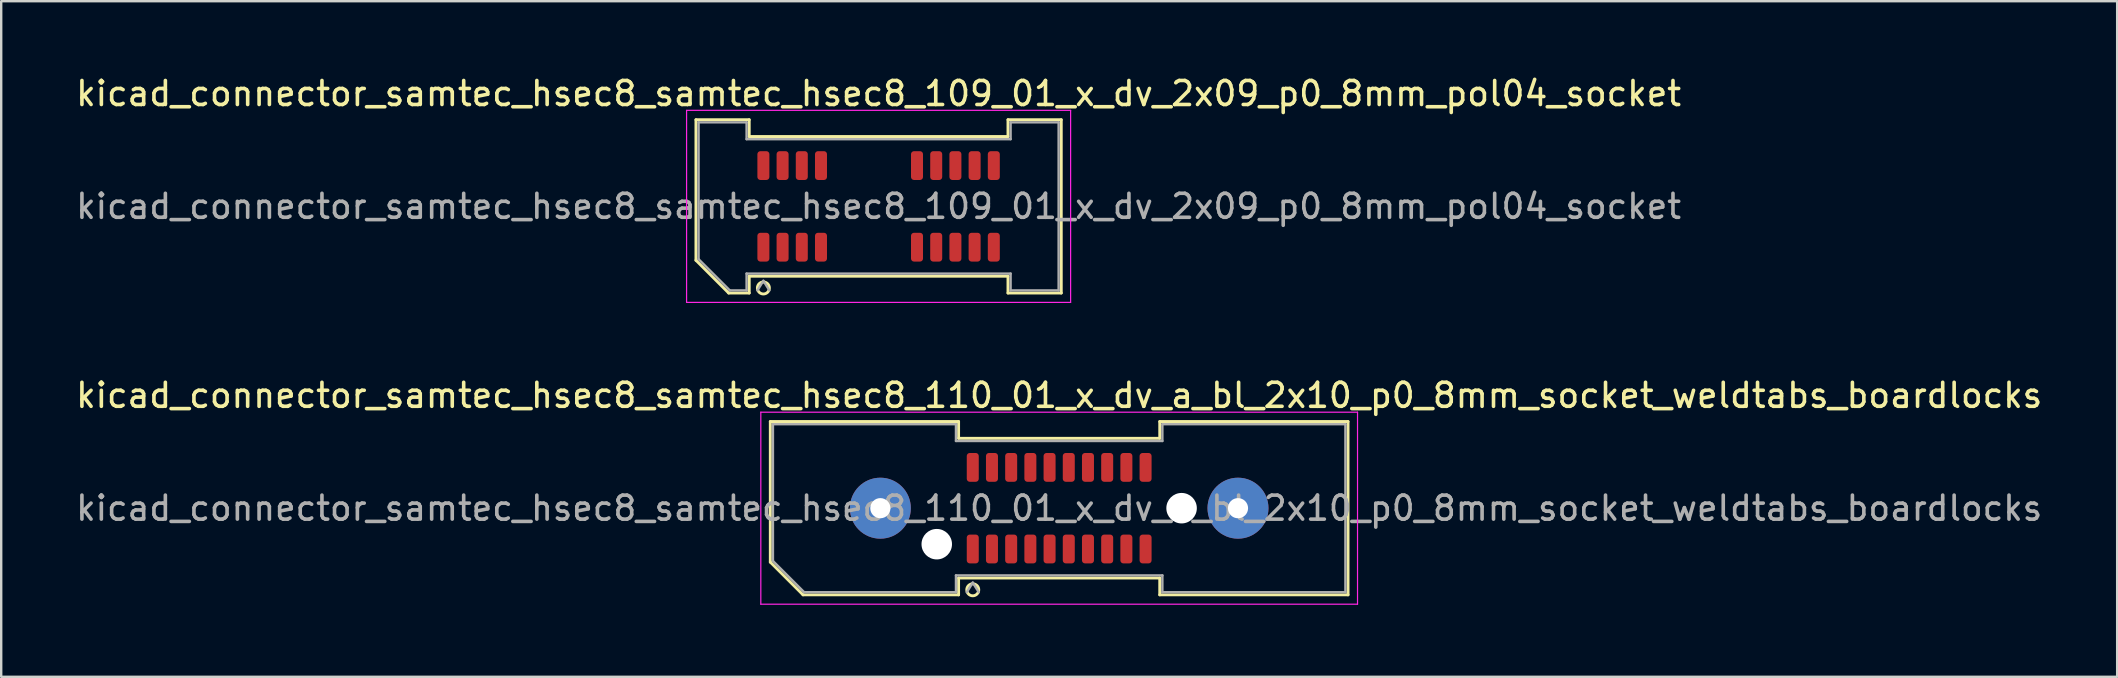
<source format=kicad_pcb>
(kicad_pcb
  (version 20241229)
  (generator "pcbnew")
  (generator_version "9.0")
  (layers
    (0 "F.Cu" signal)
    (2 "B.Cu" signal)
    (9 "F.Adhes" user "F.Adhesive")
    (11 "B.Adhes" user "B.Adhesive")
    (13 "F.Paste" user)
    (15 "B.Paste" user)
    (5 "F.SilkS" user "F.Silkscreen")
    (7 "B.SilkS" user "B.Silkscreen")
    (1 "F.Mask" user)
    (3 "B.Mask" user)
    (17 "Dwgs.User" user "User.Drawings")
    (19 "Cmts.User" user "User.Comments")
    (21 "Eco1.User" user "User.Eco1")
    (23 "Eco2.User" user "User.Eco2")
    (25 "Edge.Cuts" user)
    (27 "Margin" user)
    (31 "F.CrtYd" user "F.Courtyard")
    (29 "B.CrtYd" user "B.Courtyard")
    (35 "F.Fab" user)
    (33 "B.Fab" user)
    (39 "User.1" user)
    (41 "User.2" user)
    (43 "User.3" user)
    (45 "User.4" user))
  (footprint "kicad_connector_samtec_hsec8_samtec_hsec8_109_01_x_dv_2x09_p0_8mm_pol04_socket"
    (layer "F.Cu")
    (at 33.554 5.548)
    (property "Reference" "kicad_connector_samtec_hsec8_samtec_hsec8_109_01_x_dv_2x09_p0_8mm_pol04_socket" (at 0 -4.7 0) (layer "F.SilkS") (effects (font (size 1 1) (thickness 0.15))))
    (attr smd)
    (fp_line (start -7.61 -3.61) (end -5.39 -3.61) (stroke (width 0.12) (type solid)) (layer "F.SilkS"))
    (fp_line (start -7.61 2.246) (end -7.61 -3.61) (stroke (width 0.12) (type solid)) (layer "F.SilkS"))
    (fp_line (start -6.246 3.61) (end -7.61 2.246) (stroke (width 0.12) (type solid)) (layer "F.SilkS"))
    (fp_line (start -5.39 -3.61) (end -5.39 -2.91) (stroke (width 0.12) (type solid)) (layer "F.SilkS"))
    (fp_line (start -5.39 -2.91) (end 5.39 -2.91) (stroke (width 0.12) (type solid)) (layer "F.SilkS"))
    (fp_line (start -5.39 2.91) (end -5.39 3.61) (stroke (width 0.12) (type solid)) (layer "F.SilkS"))
    (fp_line (start -5.39 3.61) (end -6.246 3.61) (stroke (width 0.12) (type solid)) (layer "F.SilkS"))
    (fp_line (start 5.39 -3.61) (end 7.61 -3.61) (stroke (width 0.12) (type solid)) (layer "F.SilkS"))
    (fp_line (start 5.39 -2.91) (end 5.39 -3.61) (stroke (width 0.12) (type solid)) (layer "F.SilkS"))
    (fp_line (start 5.39 2.91) (end -5.39 2.91) (stroke (width 0.12) (type solid)) (layer "F.SilkS"))
    (fp_line (start 5.39 3.61) (end 5.39 2.91) (stroke (width 0.12) (type solid)) (layer "F.SilkS"))
    (fp_line (start 7.61 -3.61) (end 7.61 3.61) (stroke (width 0.12) (type solid)) (layer "F.SilkS"))
    (fp_line (start 7.61 3.61) (end 5.39 3.61) (stroke (width 0.12) (type solid)) (layer "F.SilkS"))
    (fp_arc (start -4.55 3.4) (mid -5.05 3.4) (end -4.55 3.4) (stroke (width 0.12) (type solid)) (layer "F.SilkS"))
    (fp_line (start -8 -4) (end -8 4) (stroke (width 0.05) (type solid)) (layer "F.CrtYd"))
    (fp_line (start -8 4) (end 8 4) (stroke (width 0.05) (type solid)) (layer "F.CrtYd"))
    (fp_line (start 8 -4) (end -8 -4) (stroke (width 0.05) (type solid)) (layer "F.CrtYd"))
    (fp_line (start 8 4) (end 8 -4) (stroke (width 0.05) (type solid)) (layer "F.CrtYd"))
    (fp_line (start -7.5 -3.5) (end -5.5 -3.5) (stroke (width 0.1) (type solid)) (layer "F.Fab"))
    (fp_line (start -7.5 2.2) (end -7.5 -3.5) (stroke (width 0.1) (type solid)) (layer "F.Fab"))
    (fp_line (start -6.2 3.5) (end -7.5 2.2) (stroke (width 0.1) (type solid)) (layer "F.Fab"))
    (fp_line (start -5.5 -3.5) (end -5.5 -2.8) (stroke (width 0.1) (type solid)) (layer "F.Fab"))
    (fp_line (start -5.5 -2.8) (end 5.5 -2.8) (stroke (width 0.1) (type solid)) (layer "F.Fab"))
    (fp_line (start -5.5 2.8) (end -5.5 3.5) (stroke (width 0.1) (type solid)) (layer "F.Fab"))
    (fp_line (start -5.5 3.5) (end -6.2 3.5) (stroke (width 0.1) (type solid)) (layer "F.Fab"))
    (fp_line (start -4.8 3.1) (end -5.05 3.5) (stroke (width 0.1) (type solid)) (layer "F.Fab"))
    (fp_line (start -4.8 3.1) (end -4.55 3.5) (stroke (width 0.1) (type solid)) (layer "F.Fab"))
    (fp_line (start 5.5 -3.5) (end 7.5 -3.5) (stroke (width 0.1) (type solid)) (layer "F.Fab"))
    (fp_line (start 5.5 -2.8) (end 5.5 -3.5) (stroke (width 0.1) (type solid)) (layer "F.Fab"))
    (fp_line (start 5.5 2.8) (end -5.5 2.8) (stroke (width 0.1) (type solid)) (layer "F.Fab"))
    (fp_line (start 5.5 3.5) (end 5.5 2.8) (stroke (width 0.1) (type solid)) (layer "F.Fab"))
    (fp_line (start 7.5 -3.5) (end 7.5 3.5) (stroke (width 0.1) (type solid)) (layer "F.Fab"))
    (fp_line (start 7.5 3.5) (end 5.5 3.5) (stroke (width 0.1) (type solid)) (layer "F.Fab"))
    (fp_text user "${REFERENCE}" (at 0 0 0) (layer "F.Fab") (effects (font (size 1 1) (thickness 0.15))))
    (pad "1" smd roundrect (at -4.8 1.7) (size 0.5 1.2) (layers "F.Cu" "F.Mask" "F.Paste") (roundrect_rratio 0.25))
    (pad "2" smd roundrect (at -4.8 -1.7) (size 0.5 1.2) (layers "F.Cu" "F.Mask" "F.Paste") (roundrect_rratio 0.25))
    (pad "3" smd roundrect (at -4 1.7) (size 0.5 1.2) (layers "F.Cu" "F.Mask" "F.Paste") (roundrect_rratio 0.25))
    (pad "4" smd roundrect (at -4 -1.7) (size 0.5 1.2) (layers "F.Cu" "F.Mask" "F.Paste") (roundrect_rratio 0.25))
    (pad "5" smd roundrect (at -3.2 1.7) (size 0.5 1.2) (layers "F.Cu" "F.Mask" "F.Paste") (roundrect_rratio 0.25))
    (pad "6" smd roundrect (at -3.2 -1.7) (size 0.5 1.2) (layers "F.Cu" "F.Mask" "F.Paste") (roundrect_rratio 0.25))
    (pad "7" smd roundrect (at -2.4 1.7) (size 0.5 1.2) (layers "F.Cu" "F.Mask" "F.Paste") (roundrect_rratio 0.25))
    (pad "8" smd roundrect (at -2.4 -1.7) (size 0.5 1.2) (layers "F.Cu" "F.Mask" "F.Paste") (roundrect_rratio 0.25))
    (pad "9" smd roundrect (at 1.6 1.7) (size 0.5 1.2) (layers "F.Cu" "F.Mask" "F.Paste") (roundrect_rratio 0.25))
    (pad "10" smd roundrect (at 1.6 -1.7) (size 0.5 1.2) (layers "F.Cu" "F.Mask" "F.Paste") (roundrect_rratio 0.25))
    (pad "11" smd roundrect (at 2.4 1.7) (size 0.5 1.2) (layers "F.Cu" "F.Mask" "F.Paste") (roundrect_rratio 0.25))
    (pad "12" smd roundrect (at 2.4 -1.7) (size 0.5 1.2) (layers "F.Cu" "F.Mask" "F.Paste") (roundrect_rratio 0.25))
    (pad "13" smd roundrect (at 3.2 1.7) (size 0.5 1.2) (layers "F.Cu" "F.Mask" "F.Paste") (roundrect_rratio 0.25))
    (pad "14" smd roundrect (at 3.2 -1.7) (size 0.5 1.2) (layers "F.Cu" "F.Mask" "F.Paste") (roundrect_rratio 0.25))
    (pad "15" smd roundrect (at 4 1.7) (size 0.5 1.2) (layers "F.Cu" "F.Mask" "F.Paste") (roundrect_rratio 0.25))
    (pad "16" smd roundrect (at 4 -1.7) (size 0.5 1.2) (layers "F.Cu" "F.Mask" "F.Paste") (roundrect_rratio 0.25))
    (pad "17" smd roundrect (at 4.8 1.7) (size 0.5 1.2) (layers "F.Cu" "F.Mask" "F.Paste") (roundrect_rratio 0.25))
    (pad "18" smd roundrect (at 4.8 -1.7) (size 0.5 1.2) (layers "F.Cu" "F.Mask" "F.Paste") (roundrect_rratio 0.25)))
  (footprint "kicad_connector_samtec_hsec8_samtec_hsec8_110_01_x_dv_a_bl_2x10_p0_8mm_socket_weldtabs_boardlocks"
    (layer "F.Cu")
    (at 41.077 18.122)
    (property "Reference" "kicad_connector_samtec_hsec8_samtec_hsec8_110_01_x_dv_a_bl_2x10_p0_8mm_socket_weldtabs_boardlocks" (at 0 -4.7 0) (layer "F.SilkS") (effects (font (size 1 1) (thickness 0.15))))
    (attr smd)
    (fp_line (start -12.035 -3.61) (end -4.19 -3.61) (stroke (width 0.12) (type solid)) (layer "F.SilkS"))
    (fp_line (start -12.035 2.246) (end -12.035 -3.61) (stroke (width 0.12) (type solid)) (layer "F.SilkS"))
    (fp_line (start -10.671 3.61) (end -12.035 2.246) (stroke (width 0.12) (type solid)) (layer "F.SilkS"))
    (fp_line (start -4.19 -3.61) (end -4.19 -2.91) (stroke (width 0.12) (type solid)) (layer "F.SilkS"))
    (fp_line (start -4.19 -2.91) (end 4.19 -2.91) (stroke (width 0.12) (type solid)) (layer "F.SilkS"))
    (fp_line (start -4.19 2.91) (end -4.19 3.61) (stroke (width 0.12) (type solid)) (layer "F.SilkS"))
    (fp_line (start -4.19 3.61) (end -10.671 3.61) (stroke (width 0.12) (type solid)) (layer "F.SilkS"))
    (fp_line (start 4.19 -3.61) (end 12.035 -3.61) (stroke (width 0.12) (type solid)) (layer "F.SilkS"))
    (fp_line (start 4.19 -2.91) (end 4.19 -3.61) (stroke (width 0.12) (type solid)) (layer "F.SilkS"))
    (fp_line (start 4.19 2.91) (end -4.19 2.91) (stroke (width 0.12) (type solid)) (layer "F.SilkS"))
    (fp_line (start 4.19 3.61) (end 4.19 2.91) (stroke (width 0.12) (type solid)) (layer "F.SilkS"))
    (fp_line (start 12.035 -3.61) (end 12.035 3.61) (stroke (width 0.12) (type solid)) (layer "F.SilkS"))
    (fp_line (start 12.035 3.61) (end 4.19 3.61) (stroke (width 0.12) (type solid)) (layer "F.SilkS"))
    (fp_circle (center -3.6 3.4) (end -3.35 3.4) (stroke (width 0.12) (type solid)) (fill no) (layer "F.SilkS"))
    (fp_line (start -12.43 -4) (end -12.43 4) (stroke (width 0.05) (type solid)) (layer "F.CrtYd"))
    (fp_line (start -12.43 4) (end 12.43 4) (stroke (width 0.05) (type solid)) (layer "F.CrtYd"))
    (fp_line (start 12.43 -4) (end -12.43 -4) (stroke (width 0.05) (type solid)) (layer "F.CrtYd"))
    (fp_line (start 12.43 4) (end 12.43 -4) (stroke (width 0.05) (type solid)) (layer "F.CrtYd"))
    (fp_line (start -11.925 -3.5) (end -4.3 -3.5) (stroke (width 0.1) (type solid)) (layer "F.Fab"))
    (fp_line (start -11.925 2.2) (end -11.925 -3.5) (stroke (width 0.1) (type solid)) (layer "F.Fab"))
    (fp_line (start -10.625 3.5) (end -11.925 2.2) (stroke (width 0.1) (type solid)) (layer "F.Fab"))
    (fp_line (start -4.3 -3.5) (end -4.3 -2.8) (stroke (width 0.1) (type solid)) (layer "F.Fab"))
    (fp_line (start -4.3 -2.8) (end 4.3 -2.8) (stroke (width 0.1) (type solid)) (layer "F.Fab"))
    (fp_line (start -4.3 2.8) (end -4.3 3.5) (stroke (width 0.1) (type solid)) (layer "F.Fab"))
    (fp_line (start -4.3 3.5) (end -10.625 3.5) (stroke (width 0.1) (type solid)) (layer "F.Fab"))
    (fp_line (start -3.6 3.1) (end -3.85 3.5) (stroke (width 0.1) (type solid)) (layer "F.Fab"))
    (fp_line (start -3.6 3.1) (end -3.35 3.5) (stroke (width 0.1) (type solid)) (layer "F.Fab"))
    (fp_line (start 4.3 -3.5) (end 11.925 -3.5) (stroke (width 0.1) (type solid)) (layer "F.Fab"))
    (fp_line (start 4.3 -2.8) (end 4.3 -3.5) (stroke (width 0.1) (type solid)) (layer "F.Fab"))
    (fp_line (start 4.3 2.8) (end -4.3 2.8) (stroke (width 0.1) (type solid)) (layer "F.Fab"))
    (fp_line (start 4.3 3.5) (end 4.3 2.8) (stroke (width 0.1) (type solid)) (layer "F.Fab"))
    (fp_line (start 11.925 -3.5) (end 11.925 3.5) (stroke (width 0.1) (type solid)) (layer "F.Fab"))
    (fp_line (start 11.925 3.5) (end 4.3 3.5) (stroke (width 0.1) (type solid)) (layer "F.Fab"))
    (fp_text user "${REFERENCE}" (at 0 0 0) (layer "F.Fab") (effects (font (size 1 1) (thickness 0.15))))
    (pad "" thru_hole circle (at -7.45 0) (size 2.54 2.54) (drill 0.84) (layers "*.Cu" "*.Mask" "F.Paste"))
    (pad "" np_thru_hole circle (at -5.1 1.5) (size 1.27 1.27) (drill 1.27) (layers "*.Cu" "*.Mask"))
    (pad "" np_thru_hole circle (at 5.1 0) (size 1.27 1.27) (drill 1.27) (layers "*.Cu" "*.Mask"))
    (pad "" thru_hole circle (at 7.45 0) (size 2.54 2.54) (drill 0.84) (layers "*.Cu" "*.Mask" "F.Paste"))
    (pad "1" smd roundrect (at -3.6 1.7) (size 0.5 1.2) (layers "F.Cu" "F.Mask" "F.Paste") (roundrect_rratio 0.25))
    (pad "2" smd roundrect (at -3.6 -1.7) (size 0.5 1.2) (layers "F.Cu" "F.Mask" "F.Paste") (roundrect_rratio 0.25))
    (pad "3" smd roundrect (at -2.8 1.7) (size 0.5 1.2) (layers "F.Cu" "F.Mask" "F.Paste") (roundrect_rratio 0.25))
    (pad "4" smd roundrect (at -2.8 -1.7) (size 0.5 1.2) (layers "F.Cu" "F.Mask" "F.Paste") (roundrect_rratio 0.25))
    (pad "5" smd roundrect (at -2 1.7) (size 0.5 1.2) (layers "F.Cu" "F.Mask" "F.Paste") (roundrect_rratio 0.25))
    (pad "6" smd roundrect (at -2 -1.7) (size 0.5 1.2) (layers "F.Cu" "F.Mask" "F.Paste") (roundrect_rratio 0.25))
    (pad "7" smd roundrect (at -1.2 1.7) (size 0.5 1.2) (layers "F.Cu" "F.Mask" "F.Paste") (roundrect_rratio 0.25))
    (pad "8" smd roundrect (at -1.2 -1.7) (size 0.5 1.2) (layers "F.Cu" "F.Mask" "F.Paste") (roundrect_rratio 0.25))
    (pad "9" smd roundrect (at -0.4 1.7) (size 0.5 1.2) (layers "F.Cu" "F.Mask" "F.Paste") (roundrect_rratio 0.25))
    (pad "10" smd roundrect (at -0.4 -1.7) (size 0.5 1.2) (layers "F.Cu" "F.Mask" "F.Paste") (roundrect_rratio 0.25))
    (pad "11" smd roundrect (at 0.4 1.7) (size 0.5 1.2) (layers "F.Cu" "F.Mask" "F.Paste") (roundrect_rratio 0.25))
    (pad "12" smd roundrect (at 0.4 -1.7) (size 0.5 1.2) (layers "F.Cu" "F.Mask" "F.Paste") (roundrect_rratio 0.25))
    (pad "13" smd roundrect (at 1.2 1.7) (size 0.5 1.2) (layers "F.Cu" "F.Mask" "F.Paste") (roundrect_rratio 0.25))
    (pad "14" smd roundrect (at 1.2 -1.7) (size 0.5 1.2) (layers "F.Cu" "F.Mask" "F.Paste") (roundrect_rratio 0.25))
    (pad "15" smd roundrect (at 2 1.7) (size 0.5 1.2) (layers "F.Cu" "F.Mask" "F.Paste") (roundrect_rratio 0.25))
    (pad "16" smd roundrect (at 2 -1.7) (size 0.5 1.2) (layers "F.Cu" "F.Mask" "F.Paste") (roundrect_rratio 0.25))
    (pad "17" smd roundrect (at 2.8 1.7) (size 0.5 1.2) (layers "F.Cu" "F.Mask" "F.Paste") (roundrect_rratio 0.25))
    (pad "18" smd roundrect (at 2.8 -1.7) (size 0.5 1.2) (layers "F.Cu" "F.Mask" "F.Paste") (roundrect_rratio 0.25))
    (pad "19" smd roundrect (at 3.6 1.7) (size 0.5 1.2) (layers "F.Cu" "F.Mask" "F.Paste") (roundrect_rratio 0.25))
    (pad "20" smd roundrect (at 3.6 -1.7) (size 0.5 1.2) (layers "F.Cu" "F.Mask" "F.Paste") (roundrect_rratio 0.25)))
  (gr_rect
    (start -3 -3)
    (end 85.155 25.146)
    (stroke (width 0.1) (type default))
    (fill no)
    (layer "Edge.Cuts")))
</source>
